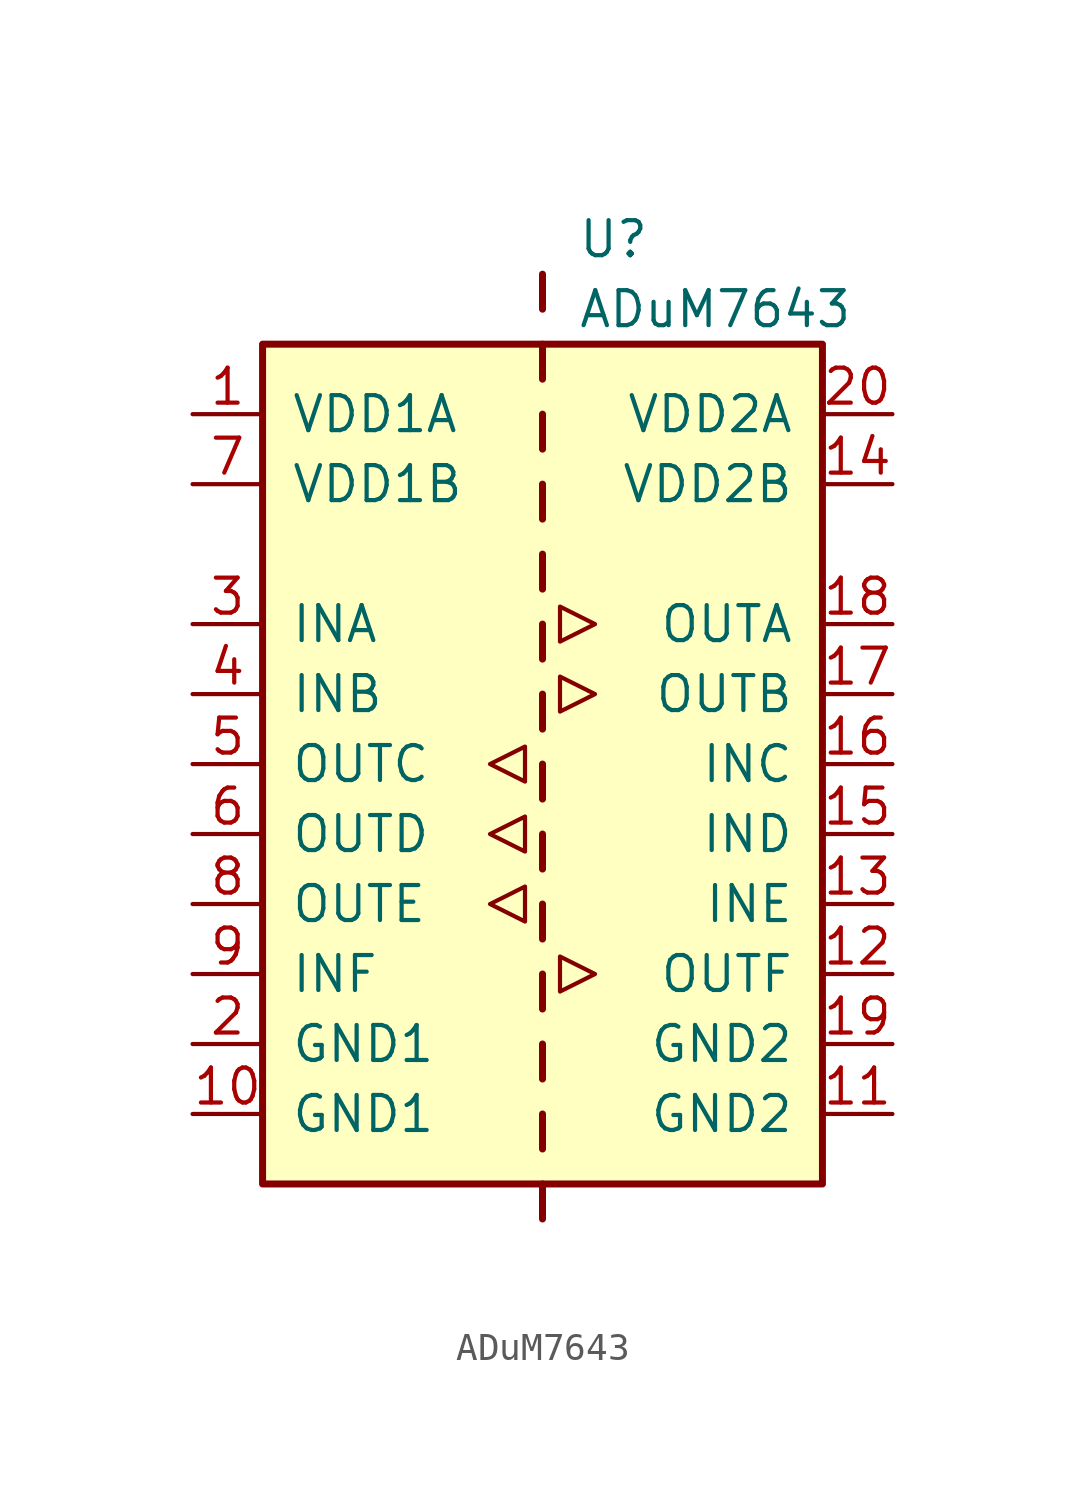
<source format=kicad_sym>
(kicad_symbol_lib
  (version 20211014)
  (generator kicad_symbol_editor)
  (symbol "ADuM7643"
    (pin_names
      (offset 1.016))
    (property "Reference" "U"
      (at 1.27 19.05 0)
      (effects (font (size 1.27 1.27)) (justify left)))
    (property "Value" "ADuM7643"
      (at 1.27 16.51 0)
      (effects (font (size 1.27 1.27)) (justify left)))
    (symbol "ADuM7643_0_1"
      (polyline (pts (xy -1.905 -5.08) (xy -0.635 -4.445) (xy -0.635 -5.715) (xy -1.905 -5.08)) (stroke (width 0) (type default) (color 0 0 0 0)) (fill (type none)))
      (polyline (pts (xy -1.905 -2.54) (xy -0.635 -1.905) (xy -0.635 -3.175) (xy -1.905 -2.54)) (stroke (width 0) (type default) (color 0 0 0 0)) (fill (type none)))
      (polyline (pts (xy -1.905 0) (xy -0.635 0.635) (xy -0.635 -0.635) (xy -1.905 0)) (stroke (width 0) (type default) (color 0 0 0 0)) (fill (type none)))
      (polyline (pts (xy 0.635 -6.985) (xy 0.635 -8.255) (xy 1.905 -7.62) (xy 0.635 -6.985)) (stroke (width 0) (type default) (color 0 0 0 0)) (fill (type none)))
      (polyline (pts (xy 0.635 3.175) (xy 0.635 1.905) (xy 1.905 2.54) (xy 0.635 3.175)) (stroke (width 0) (type default) (color 0 0 0 0)) (fill (type none)))
      (polyline (pts (xy 0.635 5.715) (xy 0.635 4.445) (xy 1.905 5.08) (xy 0.635 5.715)) (stroke (width 0) (type default) (color 0 0 0 0)) (fill (type none))))
    (symbol "ADuM7643_1_1"
      (rectangle (start -10.16 15.24) (end 10.16 -15.24) (stroke (width 0.254) (type default) (color 0 0 0 0)) (fill (type background)))
      (polyline (pts (xy 0 -15.24) (xy 0 -16.51)) (stroke (width 0.254) (type default) (color 0 0 0 0)) (fill (type none)))
      (polyline (pts (xy 0 -12.7) (xy 0 -13.97)) (stroke (width 0.254) (type default) (color 0 0 0 0)) (fill (type none)))
      (polyline (pts (xy 0 -10.16) (xy 0 -11.43)) (stroke (width 0.254) (type default) (color 0 0 0 0)) (fill (type none)))
      (polyline (pts (xy 0 -7.62) (xy 0 -8.89)) (stroke (width 0.254) (type default) (color 0 0 0 0)) (fill (type none)))
      (polyline (pts (xy 0 -5.08) (xy 0 -6.35)) (stroke (width 0.254) (type default) (color 0 0 0 0)) (fill (type none)))
      (polyline (pts (xy 0 -2.54) (xy 0 -3.81)) (stroke (width 0.254) (type default) (color 0 0 0 0)) (fill (type none)))
      (polyline (pts (xy 0 0) (xy 0 -1.27)) (stroke (width 0.254) (type default) (color 0 0 0 0)) (fill (type none)))
      (polyline (pts (xy 0 2.54) (xy 0 1.27)) (stroke (width 0.254) (type default) (color 0 0 0 0)) (fill (type none)))
      (polyline (pts (xy 0 5.08) (xy 0 3.81)) (stroke (width 0.254) (type default) (color 0 0 0 0)) (fill (type none)))
      (polyline (pts (xy 0 7.62) (xy 0 6.35)) (stroke (width 0.254) (type default) (color 0 0 0 0)) (fill (type none)))
      (polyline (pts (xy 0 10.16) (xy 0 8.89)) (stroke (width 0.254) (type default) (color 0 0 0 0)) (fill (type none)))
      (polyline (pts (xy 0 12.7) (xy 0 11.43)) (stroke (width 0.254) (type default) (color 0 0 0 0)) (fill (type none)))
      (polyline (pts (xy 0 15.24) (xy 0 13.97)) (stroke (width 0.254) (type default) (color 0 0 0 0)) (fill (type none)))
      (polyline (pts (xy 0 16.51) (xy 0 17.78)) (stroke (width 0.254) (type default) (color 0 0 0 0)) (fill (type none)))
      (pin power_in line (at -12.7 12.7 0) (length 2.54) (name "VDD1A" (effects (font (size 1.27 1.27)))) (number "1" (effects (font (size 1.27 1.27)))))
      (pin power_in line (at -12.7 -12.7 0) (length 2.54) (name "GND1" (effects (font (size 1.27 1.27)))) (number "10" (effects (font (size 1.27 1.27)))))
      (pin power_in line (at 12.7 -12.7 180) (length 2.54) (name "GND2" (effects (font (size 1.27 1.27)))) (number "11" (effects (font (size 1.27 1.27)))))
      (pin output line (at 12.7 -7.62 180) (length 2.54) (name "OUTF" (effects (font (size 1.27 1.27)))) (number "12" (effects (font (size 1.27 1.27)))))
      (pin input line (at 12.7 -5.08 180) (length 2.54) (name "INE" (effects (font (size 1.27 1.27)))) (number "13" (effects (font (size 1.27 1.27)))))
      (pin input line (at 12.7 10.16 180) (length 2.54) (name "VDD2B" (effects (font (size 1.27 1.27)))) (number "14" (effects (font (size 1.27 1.27)))))
      (pin input line (at 12.7 -2.54 180) (length 2.54) (name "IND" (effects (font (size 1.27 1.27)))) (number "15" (effects (font (size 1.27 1.27)))))
      (pin input line (at 12.7 0 180) (length 2.54) (name "INC" (effects (font (size 1.27 1.27)))) (number "16" (effects (font (size 1.27 1.27)))))
      (pin output line (at 12.7 2.54 180) (length 2.54) (name "OUTB" (effects (font (size 1.27 1.27)))) (number "17" (effects (font (size 1.27 1.27)))))
      (pin output line (at 12.7 5.08 180) (length 2.54) (name "OUTA" (effects (font (size 1.27 1.27)))) (number "18" (effects (font (size 1.27 1.27)))))
      (pin power_in line (at 12.7 -10.16 180) (length 2.54) (name "GND2" (effects (font (size 1.27 1.27)))) (number "19" (effects (font (size 1.27 1.27)))))
      (pin power_in line (at -12.7 -10.16 0) (length 2.54) (name "GND1" (effects (font (size 1.27 1.27)))) (number "2" (effects (font (size 1.27 1.27)))))
      (pin power_in line (at 12.7 12.7 180) (length 2.54) (name "VDD2A" (effects (font (size 1.27 1.27)))) (number "20" (effects (font (size 1.27 1.27)))))
      (pin input line (at -12.7 5.08 0) (length 2.54) (name "INA" (effects (font (size 1.27 1.27)))) (number "3" (effects (font (size 1.27 1.27)))))
      (pin input line (at -12.7 2.54 0) (length 2.54) (name "INB" (effects (font (size 1.27 1.27)))) (number "4" (effects (font (size 1.27 1.27)))))
      (pin output line (at -12.7 0 0) (length 2.54) (name "OUTC" (effects (font (size 1.27 1.27)))) (number "5" (effects (font (size 1.27 1.27)))))
      (pin output line (at -12.7 -2.54 0) (length 2.54) (name "OUTD" (effects (font (size 1.27 1.27)))) (number "6" (effects (font (size 1.27 1.27)))))
      (pin power_in line (at -12.7 10.16 0) (length 2.54) (name "VDD1B" (effects (font (size 1.27 1.27)))) (number "7" (effects (font (size 1.27 1.27)))))
      (pin output line (at -12.7 -5.08 0) (length 2.54) (name "OUTE" (effects (font (size 1.27 1.27)))) (number "8" (effects (font (size 1.27 1.27)))))
      (pin input line (at -12.7 -7.62 0) (length 2.54) (name "INF" (effects (font (size 1.27 1.27)))) (number "9" (effects (font (size 1.27 1.27))))))))
</source>
